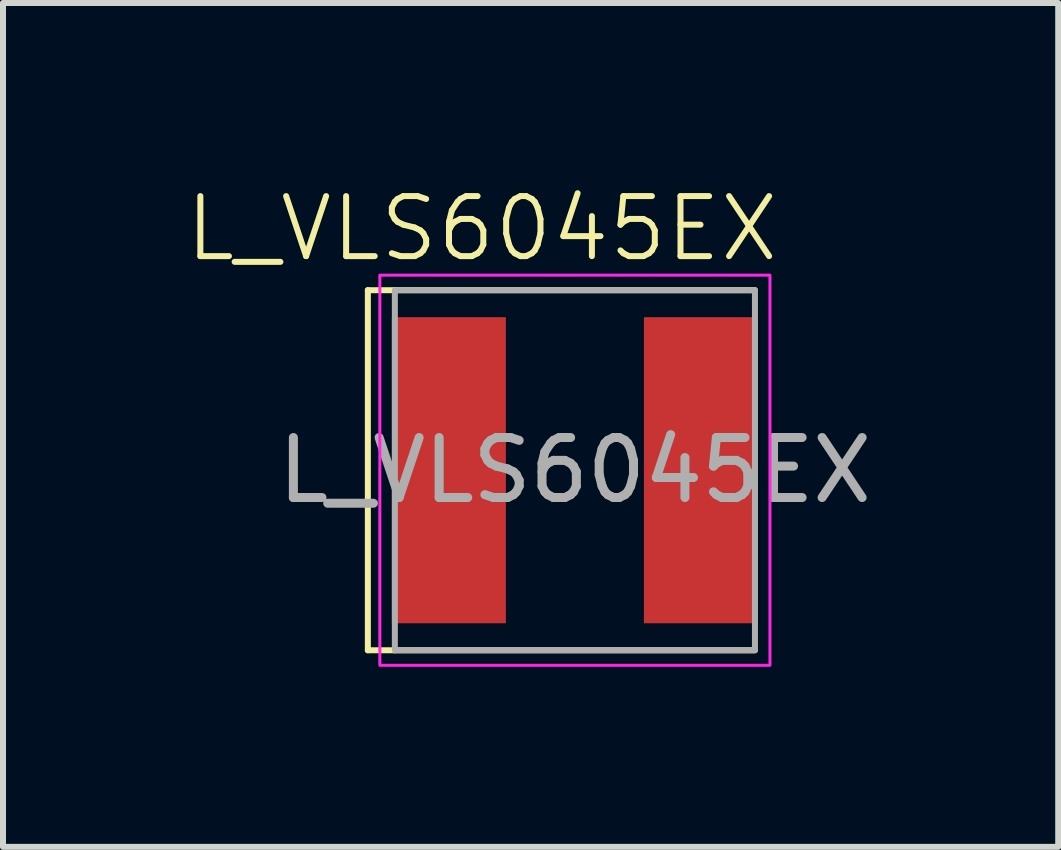
<source format=kicad_pcb>
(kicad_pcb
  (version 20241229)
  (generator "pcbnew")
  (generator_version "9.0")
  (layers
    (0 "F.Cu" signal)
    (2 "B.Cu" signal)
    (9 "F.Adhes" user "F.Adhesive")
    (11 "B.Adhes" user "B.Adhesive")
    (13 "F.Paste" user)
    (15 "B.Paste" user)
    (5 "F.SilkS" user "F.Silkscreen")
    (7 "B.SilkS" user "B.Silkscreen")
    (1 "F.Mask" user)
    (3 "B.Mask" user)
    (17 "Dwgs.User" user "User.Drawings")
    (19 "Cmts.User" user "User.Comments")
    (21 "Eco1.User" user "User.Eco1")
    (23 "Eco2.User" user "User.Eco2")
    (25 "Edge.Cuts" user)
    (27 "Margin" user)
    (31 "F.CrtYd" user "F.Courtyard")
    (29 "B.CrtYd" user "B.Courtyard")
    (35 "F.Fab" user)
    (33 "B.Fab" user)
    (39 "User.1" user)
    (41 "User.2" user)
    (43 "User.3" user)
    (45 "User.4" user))
  (footprint "L_VLS6045EX"
    (layer "F.Cu")
    (at 6.529 4.785)
    (property "Reference" "L_VLS6045EX" (at -1.55 -4.025 0) (unlocked yes) (layer "F.SilkS") (effects (font (size 1 1) (thickness 0.1))))
    (attr smd)
    (fp_line (start -3.45 -3) (end -3.45 3) (stroke (width 0.1) (type default)) (layer "F.SilkS"))
    (fp_line (start -3.45 3) (end -3 3) (stroke (width 0.1) (type default)) (layer "F.SilkS"))
    (fp_line (start -3 -3) (end -3.45 -3) (stroke (width 0.1) (type default)) (layer "F.SilkS"))
    (fp_line (start -3 -3) (end 3 -3) (stroke (width 0.1) (type default)) (layer "F.SilkS"))
    (fp_line (start -3 3) (end 3 3) (stroke (width 0.1) (type default)) (layer "F.SilkS"))
    (fp_rect (start -3.25 -3.25) (end 3.25 3.25) (stroke (width 0.05) (type default)) (fill no) (layer "F.CrtYd"))
    (fp_rect (start -3 -3) (end 3 3) (stroke (width 0.1) (type default)) (fill no) (layer "F.Fab"))
    (fp_text user "${REFERENCE}" (at 0 0 0) (unlocked yes) (layer "F.Fab") (effects (font (size 1 1) (thickness 0.15))))
    (pad "1" smd rect (at -2.1 0) (size 1.9 5.1) (layers "F.Cu" "F.Mask" "F.Paste"))
    (pad "2" smd rect (at 2.1 0) (size 1.9 5.1) (layers "F.Cu" "F.Mask" "F.Paste")))
  (gr_rect
    (start -3 -3)
    (end 14.582 11.06)
    (stroke (width 0.1) (type default))
    (fill no)
    (layer "Edge.Cuts")))
</source>
